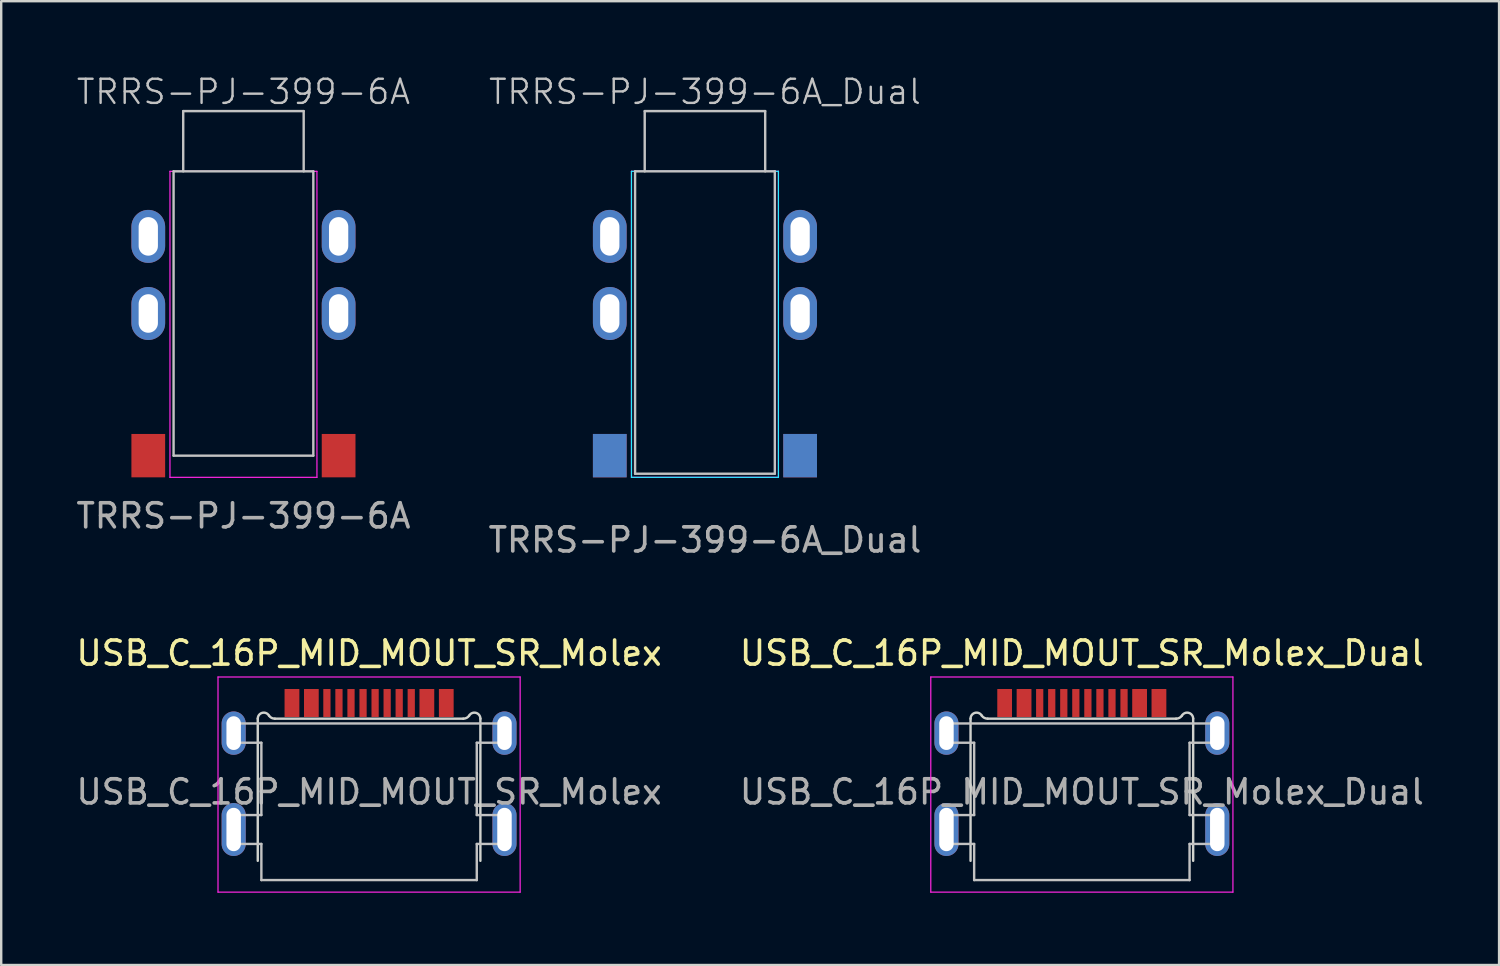
<source format=kicad_pcb>
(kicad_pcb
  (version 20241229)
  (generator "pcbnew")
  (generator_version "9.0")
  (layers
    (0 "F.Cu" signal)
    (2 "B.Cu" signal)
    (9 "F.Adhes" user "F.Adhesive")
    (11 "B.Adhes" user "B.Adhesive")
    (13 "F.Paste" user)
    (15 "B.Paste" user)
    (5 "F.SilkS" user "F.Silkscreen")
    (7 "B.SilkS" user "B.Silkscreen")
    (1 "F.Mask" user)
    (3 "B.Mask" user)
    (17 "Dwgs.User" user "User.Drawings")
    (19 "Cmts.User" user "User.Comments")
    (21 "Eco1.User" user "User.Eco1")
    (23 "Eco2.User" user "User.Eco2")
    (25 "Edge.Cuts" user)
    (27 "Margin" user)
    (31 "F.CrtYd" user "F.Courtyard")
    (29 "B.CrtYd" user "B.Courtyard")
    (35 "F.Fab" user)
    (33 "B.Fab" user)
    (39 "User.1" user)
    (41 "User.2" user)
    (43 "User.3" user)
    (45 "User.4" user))
  (footprint "USB_C_16P_MID_MOUT_SR_Molex_Dual"
    (layer "F.Cu")
    (at 41.851 28.637)
    (property "Reference" "USB_C_16P_MID_MOUT_SR_Molex_Dual" (at 0 -4.58 0) (layer "F.SilkS") (effects (font (size 1 1) (thickness 0.15))))
    (attr smd)
    (fp_line (start -5.77 -1.66) (end -5.77 -0.86) (stroke (width 0.1) (type solid)) (layer "Dwgs.User"))
    (fp_line (start -5.77 -1.66) (end 5.77 -1.66) (stroke (width 0.1) (type solid)) (layer "Dwgs.User"))
    (fp_line (start -5.77 2.14) (end -5.77 3.34) (stroke (width 0.1) (type solid)) (layer "Dwgs.User"))
    (fp_line (start -5.77 2.14) (end -4.47 2.14) (stroke (width 0.1) (type solid)) (layer "Dwgs.User"))
    (fp_line (start -5.77 3.34) (end -4.47 3.34) (stroke (width 0.1) (type solid)) (layer "Dwgs.User"))
    (fp_line (start -4.47 -0.86) (end -5.77 -0.86) (stroke (width 0.1) (type solid)) (layer "Dwgs.User"))
    (fp_line (start -4.47 -0.86) (end -4.47 2.14) (stroke (width 0.1) (type solid)) (layer "Dwgs.User"))
    (fp_line (start -4.47 3.34) (end -4.47 4.84) (stroke (width 0.1) (type default)) (layer "Dwgs.User"))
    (fp_line (start -4.47 4.84) (end 4.47 4.84) (stroke (width 0.1) (type solid)) (layer "Dwgs.User"))
    (fp_line (start 4.47 -0.86) (end 4.47 2.14) (stroke (width 0.1) (type solid)) (layer "Dwgs.User"))
    (fp_line (start 4.47 3.34) (end 4.47 4.84) (stroke (width 0.1) (type default)) (layer "Dwgs.User"))
    (fp_line (start 5.77 -1.66) (end 5.77 -0.86) (stroke (width 0.1) (type solid)) (layer "Dwgs.User"))
    (fp_line (start 5.77 -0.86) (end 4.47 -0.86) (stroke (width 0.1) (type solid)) (layer "Dwgs.User"))
    (fp_line (start 5.77 2.14) (end 4.47 2.14) (stroke (width 0.1) (type solid)) (layer "Dwgs.User"))
    (fp_line (start 5.77 2.14) (end 5.77 3.34) (stroke (width 0.1) (type solid)) (layer "Dwgs.User"))
    (fp_line (start 5.77 3.34) (end 4.47 3.34) (stroke (width 0.1) (type solid)) (layer "Dwgs.User"))
    (fp_line (start -4.62 4.04) (end 4.62 4.04) (stroke (width 0.1) (type dash_dot)) (layer "Eco1.User"))
    (fp_line (start -4.62 4.04) (end -4.62 4.84) (stroke (width 0.1) (type default)) (layer "Eco2.User"))
    (fp_line (start -4.62 4.84) (end 4.62 4.84) (stroke (width 0.1) (type dash_dot)) (layer "Eco2.User"))
    (fp_line (start 4.62 4.04) (end 4.62 4.84) (stroke (width 0.1) (type default)) (layer "Eco2.User"))
    (fp_line (start -4.62 -1.86) (end -4.62 4.04) (stroke (width 0.1) (type solid)) (layer "Edge.Cuts"))
    (fp_line (start -3.91 -1.86) (end 3.91 -1.86) (stroke (width 0.1) (type solid)) (layer "Edge.Cuts"))
    (fp_line (start 4.62 -1.86) (end 4.62 4.04) (stroke (width 0.1) (type solid)) (layer "Edge.Cuts"))
    (fp_arc (start -4.62 -1.86) (mid -4.434167 -2.101625) (end -4.152939 -1.984035) (stroke (width 0.1) (type solid)) (layer "Edge.Cuts"))
    (fp_arc (start -3.91 -1.86) (mid -4.046835 -1.891923) (end -4.152939 -1.984035) (stroke (width 0.1) (type solid)) (layer "Edge.Cuts"))
    (fp_arc (start 4.152939 -1.984035) (mid 4.046835 -1.891923) (end 3.91 -1.86) (stroke (width 0.1) (type solid)) (layer "Edge.Cuts"))
    (fp_arc (start 4.152939 -1.984035) (mid 4.434167 -2.101625) (end 4.62 -1.86) (stroke (width 0.1) (type solid)) (layer "Edge.Cuts"))
    (fp_line (start -6.27 -3.59) (end -6.27 5.34) (stroke (width 0.05) (type solid)) (layer "F.CrtYd"))
    (fp_line (start -6.27 5.34) (end 6.27 5.34) (stroke (width 0.05) (type solid)) (layer "F.CrtYd"))
    (fp_line (start 6.27 -3.59) (end -6.27 -3.59) (stroke (width 0.05) (type solid)) (layer "F.CrtYd"))
    (fp_line (start 6.27 -3.59) (end 6.27 5.34) (stroke (width 0.05) (type solid)) (layer "F.CrtYd"))
    (fp_text user "PCB Edge1" (at 0 3.54 0) (unlocked yes) (layer "Eco1.User") (effects (font (size 0.8 0.8) (thickness 0.12)) (justify bottom)))
    (fp_text user "PCB Edge2" (at 0 4.34 0) (unlocked yes) (layer "Eco2.User") (effects (font (size 0.8 0.8) (thickness 0.12)) (justify bottom)))
    (fp_text user "${REFERENCE}" (at 0 1.18 0) (layer "F.Fab") (effects (font (size 1 1) (thickness 0.15))))
    (pad "A1" smd rect (at -3.2 -2.51) (size 0.6 1.16) (layers "F.Cu" "F.Mask" "F.Paste"))
    (pad "A4" smd rect (at -2.4 -2.51) (size 0.6 1.16) (layers "F.Cu" "F.Mask" "F.Paste"))
    (pad "A5" smd rect (at -1.25 -2.51 180) (size 0.3 1.16) (layers "F.Cu" "F.Mask" "F.Paste"))
    (pad "A6" smd rect (at -0.25 -2.51 180) (size 0.3 1.16) (layers "F.Cu" "F.Mask" "F.Paste"))
    (pad "A7" smd rect (at 0.25 -2.51 180) (size 0.3 1.16) (layers "F.Cu" "F.Mask" "F.Paste"))
    (pad "A8" smd rect (at 1.25 -2.51 180) (size 0.3 1.16) (layers "F.Cu" "F.Mask" "F.Paste"))
    (pad "A9" smd rect (at 2.4 -2.51) (size 0.6 1.16) (layers "F.Cu" "F.Mask" "F.Paste"))
    (pad "A12" smd rect (at 3.2 -2.51) (size 0.6 1.16) (layers "F.Cu" "F.Mask" "F.Paste"))
    (pad "B1" smd rect (at 3.2 -2.51) (size 0.6 1.16) (layers "F.Cu" "F.Mask" "F.Paste"))
    (pad "B4" smd rect (at 2.4 -2.51) (size 0.6 1.16) (layers "F.Cu" "F.Mask" "F.Paste"))
    (pad "B5" smd rect (at 1.75 -2.51 180) (size 0.3 1.16) (layers "F.Cu" "F.Mask" "F.Paste"))
    (pad "B6" smd rect (at 0.75 -2.51 180) (size 0.3 1.16) (layers "F.Cu" "F.Mask" "F.Paste"))
    (pad "B7" smd rect (at -0.75 -2.51 180) (size 0.3 1.16) (layers "F.Cu" "F.Mask" "F.Paste"))
    (pad "B8" smd rect (at -1.75 -2.51 180) (size 0.3 1.16) (layers "F.Cu" "F.Mask" "F.Paste"))
    (pad "B9" smd rect (at -2.4 -2.51) (size 0.6 1.16) (layers "F.Cu" "F.Mask" "F.Paste"))
    (pad "B12" smd rect (at -3.2 -2.51) (size 0.6 1.16) (layers "F.Cu" "F.Mask" "F.Paste"))
    (pad "S1" thru_hole oval (at -5.62 -1.26 90) (size 1.8 1) (drill oval 1.4 0.6) (layers "*.Cu" "*.Mask"))
    (pad "S1" thru_hole oval (at -5.62 2.74 90) (size 2.2 1) (drill oval 1.8 0.6) (layers "*.Cu" "*.Mask"))
    (pad "S1" thru_hole oval (at 5.62 -1.26 90) (size 1.8 1) (drill oval 1.4 0.6) (layers "*.Cu" "*.Mask"))
    (pad "S1" thru_hole oval (at 5.62 2.74 90) (size 2.2 1) (drill oval 1.8 0.6) (layers "*.Cu" "*.Mask")))
  (footprint "TRRS-PJ-399-6A"
    (layer "F.Cu")
    (at 7.054 4.061)
    (property "Reference" "TRRS-PJ-399-6A" (at 0 -3.3 0) (unlocked yes) (layer "Dwgs.User") (effects (font (size 1 1) (thickness 0.1))))
    (attr smd)
    (fp_line (start -2.9 0) (end -2.9 11.8) (stroke (width 0.1) (type default)) (layer "Dwgs.User"))
    (fp_line (start -2.9 0) (end 2.9 0) (stroke (width 0.1) (type solid)) (layer "Dwgs.User"))
    (fp_line (start -2.9 11.8) (end 2.9 11.8) (stroke (width 0.1) (type solid)) (layer "Dwgs.User"))
    (fp_line (start -2.5 -2.5) (end 2.5 -2.5) (stroke (width 0.1) (type solid)) (layer "Dwgs.User"))
    (fp_line (start -2.5 0) (end -2.5 -2.5) (stroke (width 0.1) (type solid)) (layer "Dwgs.User"))
    (fp_line (start 2.5 -2.5) (end 2.5 0) (stroke (width 0.1) (type solid)) (layer "Dwgs.User"))
    (fp_line (start 2.9 0) (end 2.9 11.8) (stroke (width 0.1) (type default)) (layer "Dwgs.User"))
    (fp_line (start -3.05 0) (end -3.05 12.7) (stroke (width 0.05) (type solid)) (layer "F.CrtYd"))
    (fp_line (start -3.05 0) (end 3.05 0) (stroke (width 0.05) (type default)) (layer "F.CrtYd"))
    (fp_line (start -3.05 12.7) (end 3.05 12.7) (stroke (width 0.05) (type solid)) (layer "F.CrtYd"))
    (fp_line (start 3.05 0) (end 3.05 12.7) (stroke (width 0.05) (type solid)) (layer "F.CrtYd"))
    (fp_text user "${REFERENCE}" (at 0 14.3 0) (unlocked yes) (layer "F.Fab") (effects (font (size 1 1) (thickness 0.15))))
    (pad "1" thru_hole oval (at 3.95 2.7 180) (size 1.4 2.2) (drill oval 0.8 1.6) (layers "*.Cu" "*.Mask"))
    (pad "2" thru_hole oval (at 3.95 5.9 180) (size 1.4 2.2) (drill oval 0.8 1.6) (layers "*.Cu" "*.Mask"))
    (pad "3" smd rect (at 3.95 11.8) (size 1.4 1.8) (layers "F.Cu" "F.Mask" "F.Paste"))
    (pad "4" thru_hole oval (at -3.95 2.7 180) (size 1.4 2.2) (drill oval 0.8 1.6) (layers "*.Cu" "*.Mask"))
    (pad "5" smd rect (at -3.95 11.8) (size 1.4 1.8) (layers "F.Cu" "F.Mask" "F.Paste"))
    (pad "6" thru_hole oval (at -3.95 5.9 180) (size 1.4 2.2) (drill oval 0.8 1.6) (layers "*.Cu" "*.Mask")))
  (footprint "USB_C_16P_MID_MOUT_SR_Molex"
    (layer "F.Cu")
    (at 12.268 28.637)
    (property "Reference" "USB_C_16P_MID_MOUT_SR_Molex" (at 0 -4.58 0) (layer "F.SilkS") (effects (font (size 1 1) (thickness 0.15))))
    (attr smd)
    (fp_line (start -5.77 -1.66) (end -5.77 -0.86) (stroke (width 0.1) (type solid)) (layer "Dwgs.User"))
    (fp_line (start -5.77 -1.66) (end 5.77 -1.66) (stroke (width 0.1) (type solid)) (layer "Dwgs.User"))
    (fp_line (start -5.77 2.14) (end -5.77 3.34) (stroke (width 0.1) (type solid)) (layer "Dwgs.User"))
    (fp_line (start -5.77 2.14) (end -4.47 2.14) (stroke (width 0.1) (type solid)) (layer "Dwgs.User"))
    (fp_line (start -5.77 3.34) (end -4.47 3.34) (stroke (width 0.1) (type solid)) (layer "Dwgs.User"))
    (fp_line (start -4.47 -0.86) (end -5.77 -0.86) (stroke (width 0.1) (type solid)) (layer "Dwgs.User"))
    (fp_line (start -4.47 -0.86) (end -4.47 2.14) (stroke (width 0.1) (type solid)) (layer "Dwgs.User"))
    (fp_line (start -4.47 3.34) (end -4.47 4.84) (stroke (width 0.1) (type default)) (layer "Dwgs.User"))
    (fp_line (start -4.47 4.84) (end 4.47 4.84) (stroke (width 0.1) (type solid)) (layer "Dwgs.User"))
    (fp_line (start 4.47 -0.86) (end 4.47 2.14) (stroke (width 0.1) (type solid)) (layer "Dwgs.User"))
    (fp_line (start 4.47 3.34) (end 4.47 4.84) (stroke (width 0.1) (type default)) (layer "Dwgs.User"))
    (fp_line (start 5.77 -1.66) (end 5.77 -0.86) (stroke (width 0.1) (type solid)) (layer "Dwgs.User"))
    (fp_line (start 5.77 -0.86) (end 4.47 -0.86) (stroke (width 0.1) (type solid)) (layer "Dwgs.User"))
    (fp_line (start 5.77 2.14) (end 4.47 2.14) (stroke (width 0.1) (type solid)) (layer "Dwgs.User"))
    (fp_line (start 5.77 2.14) (end 5.77 3.34) (stroke (width 0.1) (type solid)) (layer "Dwgs.User"))
    (fp_line (start 5.77 3.34) (end 4.47 3.34) (stroke (width 0.1) (type solid)) (layer "Dwgs.User"))
    (fp_line (start -4.62 4.04) (end 4.62 4.04) (stroke (width 0.1) (type dash_dot)) (layer "Eco1.User"))
    (fp_line (start -4.62 4.04) (end -4.62 4.84) (stroke (width 0.1) (type default)) (layer "Eco2.User"))
    (fp_line (start -4.62 4.84) (end 4.62 4.84) (stroke (width 0.1) (type dash_dot)) (layer "Eco2.User"))
    (fp_line (start 4.62 4.04) (end 4.62 4.84) (stroke (width 0.1) (type default)) (layer "Eco2.User"))
    (fp_line (start -4.62 -1.86) (end -4.62 4.04) (stroke (width 0.1) (type solid)) (layer "Edge.Cuts"))
    (fp_line (start -3.91 -1.86) (end 3.91 -1.86) (stroke (width 0.1) (type solid)) (layer "Edge.Cuts"))
    (fp_line (start 4.62 -1.86) (end 4.62 4.04) (stroke (width 0.1) (type solid)) (layer "Edge.Cuts"))
    (fp_arc (start -4.62 -1.86) (mid -4.434167 -2.101625) (end -4.152939 -1.984035) (stroke (width 0.1) (type solid)) (layer "Edge.Cuts"))
    (fp_arc (start -3.91 -1.86) (mid -4.046835 -1.891923) (end -4.152939 -1.984035) (stroke (width 0.1) (type solid)) (layer "Edge.Cuts"))
    (fp_arc (start 4.152939 -1.984035) (mid 4.046835 -1.891923) (end 3.91 -1.86) (stroke (width 0.1) (type solid)) (layer "Edge.Cuts"))
    (fp_arc (start 4.152939 -1.984035) (mid 4.434167 -2.101625) (end 4.62 -1.86) (stroke (width 0.1) (type solid)) (layer "Edge.Cuts"))
    (fp_line (start -6.27 -3.59) (end -6.27 5.34) (stroke (width 0.05) (type solid)) (layer "F.CrtYd"))
    (fp_line (start -6.27 5.34) (end 6.27 5.34) (stroke (width 0.05) (type solid)) (layer "F.CrtYd"))
    (fp_line (start 6.27 -3.59) (end -6.27 -3.59) (stroke (width 0.05) (type solid)) (layer "F.CrtYd"))
    (fp_line (start 6.27 -3.59) (end 6.27 5.34) (stroke (width 0.05) (type solid)) (layer "F.CrtYd"))
    (fp_text user "PCB Edge1" (at 0 3.54 0) (unlocked yes) (layer "Eco1.User") (effects (font (size 0.8 0.8) (thickness 0.12)) (justify bottom)))
    (fp_text user "PCB Edge2" (at 0 4.34 0) (unlocked yes) (layer "Eco2.User") (effects (font (size 0.8 0.8) (thickness 0.12)) (justify bottom)))
    (fp_text user "${REFERENCE}" (at 0 1.18 0) (layer "F.Fab") (effects (font (size 1 1) (thickness 0.15))))
    (pad "A1" smd rect (at -3.2 -2.51) (size 0.6 1.16) (layers "F.Cu" "F.Mask" "F.Paste"))
    (pad "A4" smd rect (at -2.4 -2.51) (size 0.6 1.16) (layers "F.Cu" "F.Mask" "F.Paste"))
    (pad "A5" smd rect (at -1.25 -2.51 180) (size 0.3 1.16) (layers "F.Cu" "F.Mask" "F.Paste"))
    (pad "A6" smd rect (at -0.25 -2.51 180) (size 0.3 1.16) (layers "F.Cu" "F.Mask" "F.Paste"))
    (pad "A7" smd rect (at 0.25 -2.51 180) (size 0.3 1.16) (layers "F.Cu" "F.Mask" "F.Paste"))
    (pad "A8" smd rect (at 1.25 -2.51 180) (size 0.3 1.16) (layers "F.Cu" "F.Mask" "F.Paste"))
    (pad "A9" smd rect (at 2.4 -2.51) (size 0.6 1.16) (layers "F.Cu" "F.Mask" "F.Paste"))
    (pad "A12" smd rect (at 3.2 -2.51) (size 0.6 1.16) (layers "F.Cu" "F.Mask" "F.Paste"))
    (pad "B1" smd rect (at 3.2 -2.51) (size 0.6 1.16) (layers "F.Cu" "F.Mask" "F.Paste"))
    (pad "B4" smd rect (at 2.4 -2.51) (size 0.6 1.16) (layers "F.Cu" "F.Mask" "F.Paste"))
    (pad "B5" smd rect (at 1.75 -2.51 180) (size 0.3 1.16) (layers "F.Cu" "F.Mask" "F.Paste"))
    (pad "B6" smd rect (at 0.75 -2.51 180) (size 0.3 1.16) (layers "F.Cu" "F.Mask" "F.Paste"))
    (pad "B7" smd rect (at -0.75 -2.51 180) (size 0.3 1.16) (layers "F.Cu" "F.Mask" "F.Paste"))
    (pad "B8" smd rect (at -1.75 -2.51 180) (size 0.3 1.16) (layers "F.Cu" "F.Mask" "F.Paste"))
    (pad "B9" smd rect (at -2.4 -2.51) (size 0.6 1.16) (layers "F.Cu" "F.Mask" "F.Paste"))
    (pad "B12" smd rect (at -3.2 -2.51) (size 0.6 1.16) (layers "F.Cu" "F.Mask" "F.Paste"))
    (pad "S1" thru_hole oval (at -5.62 -1.26 90) (size 1.8 1) (drill oval 1.4 0.6) (layers "*.Cu" "*.Mask"))
    (pad "S1" thru_hole oval (at -5.62 2.74 90) (size 2.2 1) (drill oval 1.8 0.6) (layers "*.Cu" "*.Mask"))
    (pad "S1" thru_hole oval (at 5.62 -1.26 90) (size 1.8 1) (drill oval 1.4 0.6) (layers "*.Cu" "*.Mask"))
    (pad "S1" thru_hole oval (at 5.62 2.74 90) (size 2.2 1) (drill oval 1.8 0.6) (layers "*.Cu" "*.Mask")))
  (footprint "TRRS-PJ-399-6A_Dual"
    (layer "F.Cu")
    (at 26.208 4.061)
    (property "Reference" "TRRS-PJ-399-6A_Dual" (at 0 -3.3 0) (unlocked yes) (layer "Dwgs.User") (effects (font (size 1 1) (thickness 0.1))))
    (attr smd)
    (fp_line (start -2.9 0) (end -2.9 12.55) (stroke (width 0.1) (type default)) (layer "Dwgs.User"))
    (fp_line (start -2.9 0) (end 2.9 0) (stroke (width 0.1) (type solid)) (layer "Dwgs.User"))
    (fp_line (start -2.9 12.55) (end 2.9 12.55) (stroke (width 0.1) (type solid)) (layer "Dwgs.User"))
    (fp_line (start -2.5 -2.5) (end 2.5 -2.5) (stroke (width 0.1) (type solid)) (layer "Dwgs.User"))
    (fp_line (start -2.5 0) (end -2.5 -2.5) (stroke (width 0.1) (type solid)) (layer "Dwgs.User"))
    (fp_line (start 2.5 -2.5) (end 2.5 0) (stroke (width 0.1) (type solid)) (layer "Dwgs.User"))
    (fp_line (start 2.9 0) (end 2.9 12.55) (stroke (width 0.1) (type default)) (layer "Dwgs.User"))
    (fp_line (start -3.05 0) (end -3.05 12.7) (stroke (width 0.05) (type solid)) (layer "B.CrtYd"))
    (fp_line (start 3.05 0) (end -3.05 0) (stroke (width 0.05) (type default)) (layer "B.CrtYd"))
    (fp_line (start 3.05 0) (end 3.05 12.7) (stroke (width 0.05) (type solid)) (layer "B.CrtYd"))
    (fp_line (start 3.05 12.7) (end -3.05 12.7) (stroke (width 0.05) (type solid)) (layer "B.CrtYd"))
    (fp_line (start -3.05 0) (end -3.05 12.7) (stroke (width 0.05) (type solid)) (layer "F.CrtYd"))
    (fp_line (start -3.05 0) (end 3.05 0) (stroke (width 0.05) (type default)) (layer "F.CrtYd"))
    (fp_line (start -3.05 12.7) (end 3.05 12.7) (stroke (width 0.05) (type solid)) (layer "F.CrtYd"))
    (fp_line (start 3.05 0) (end 3.05 12.7) (stroke (width 0.05) (type solid)) (layer "F.CrtYd"))
    (fp_text user "${REFERENCE}" (at 0 15.3 0) (unlocked yes) (layer "F.Fab") (effects (font (size 1 1) (thickness 0.15))))
    (pad "1" thru_hole oval (at 3.95 2.7 180) (size 1.4 2.2) (drill oval 0.8 1.6) (layers "*.Cu" "*.Mask"))
    (pad "2" thru_hole oval (at 3.95 5.9 180) (size 1.4 2.2) (drill oval 0.8 1.6) (layers "*.Cu" "*.Mask"))
    (pad "3" smd rect (at -3.95 11.8) (size 1.4 1.8) (layers "B.Cu" "B.Mask" "B.Paste"))
    (pad "3" smd rect (at 3.95 11.8) (size 1.4 1.8) (layers "F.Cu" "F.Mask" "F.Paste"))
    (pad "4" thru_hole oval (at -3.95 2.7 180) (size 1.4 2.2) (drill oval 0.8 1.6) (layers "*.Cu" "*.Mask"))
    (pad "5" smd rect (at -3.95 11.8) (size 1.4 1.8) (layers "F.Cu" "F.Mask" "F.Paste"))
    (pad "5" smd rect (at 3.95 11.8) (size 1.4 1.8) (layers "B.Cu" "B.Mask" "B.Paste"))
    (pad "6" thru_hole oval (at -3.95 5.9 180) (size 1.4 2.2) (drill oval 0.8 1.6) (layers "*.Cu" "*.Mask")))
  (gr_rect
    (start -3 -3)
    (end 59.167 37.002)
    (stroke (width 0.1) (type default))
    (fill no)
    (layer "Edge.Cuts")))
</source>
